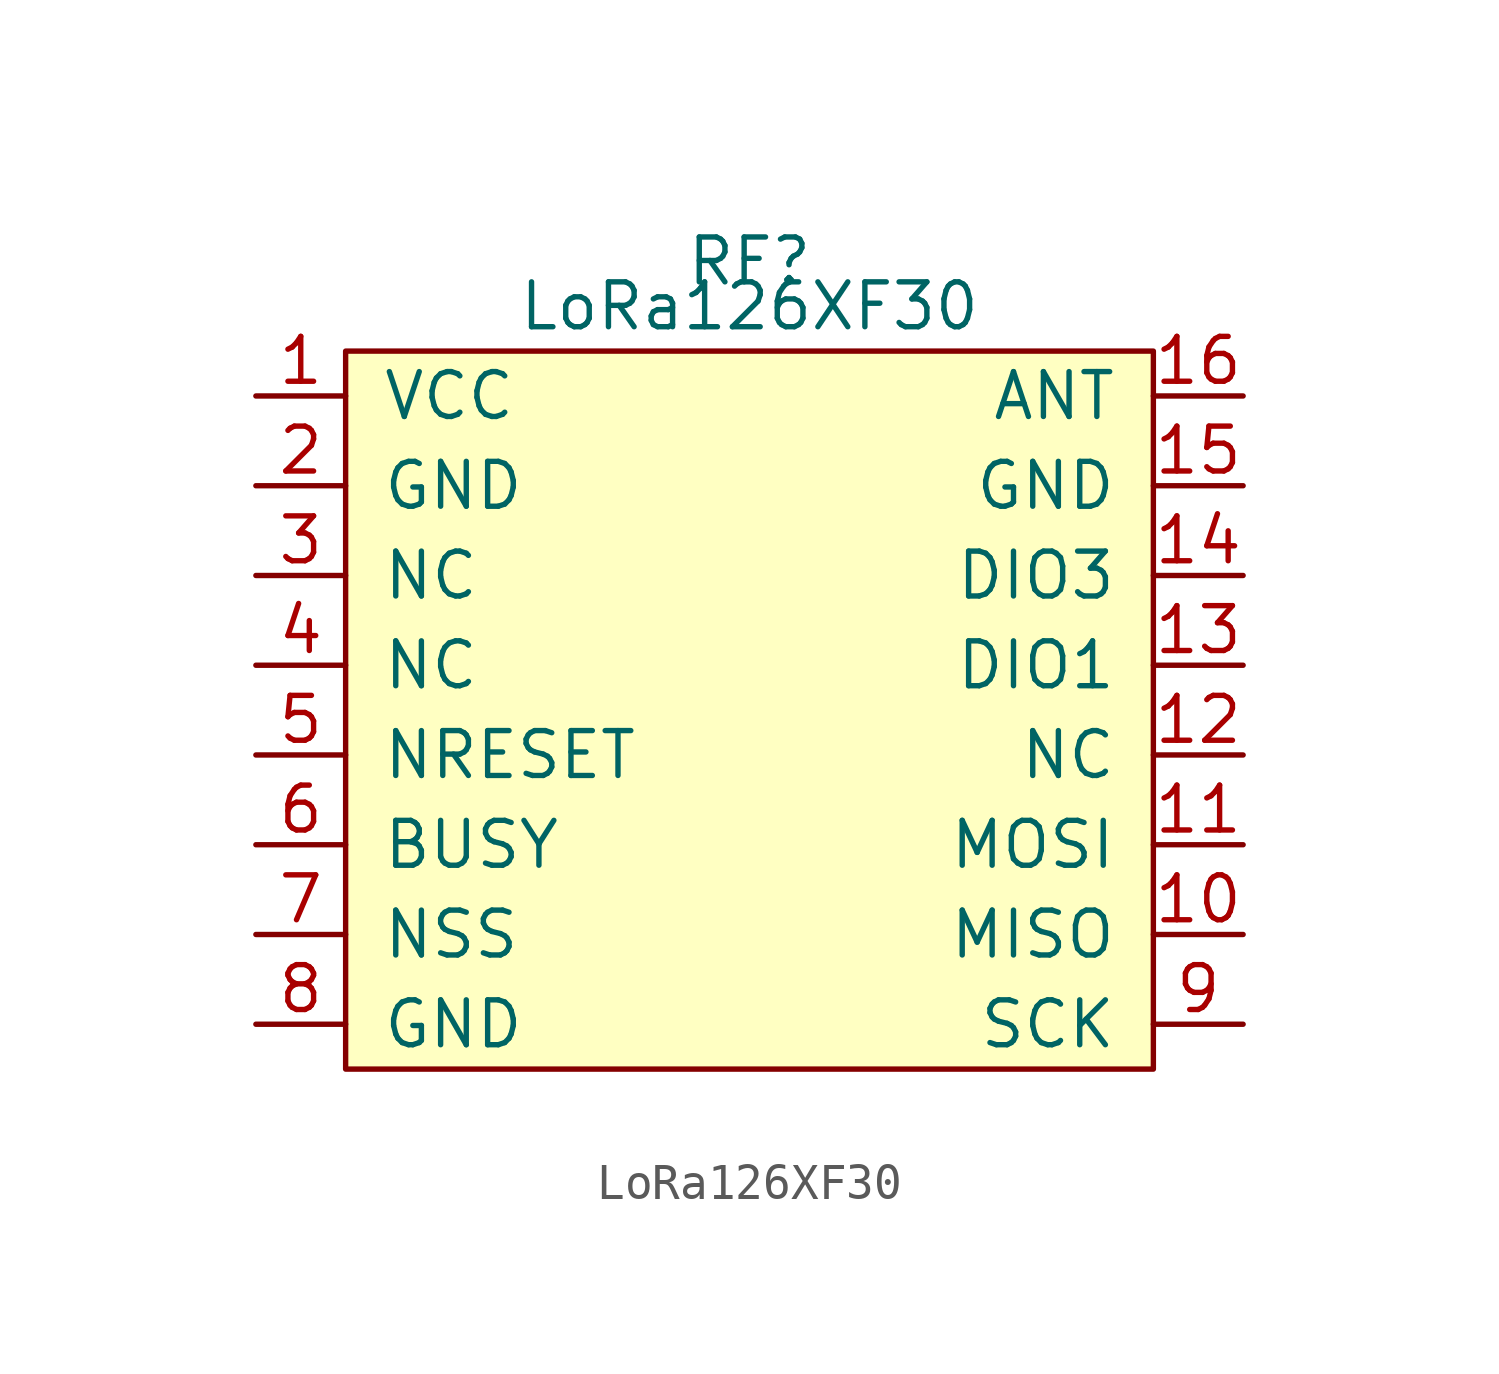
<source format=kicad_sym>
(kicad_symbol_lib
  (version 20211014)
  (generator kicad_symbol_editor)
  (symbol "LoRa126XF30"
    (pin_names
      (offset 1.016))
    (property "Reference" "RF"
      (at 0 12.7 0)
      (effects (font (size 1.27 1.27))))
    (property "Value" "LoRa126XF30"
      (at 0 11.43 0)
      (effects (font (size 1.27 1.27))))
    (symbol "LoRa126XF30_0_1"
      (rectangle (start -11.43 10.16) (end 11.43 -10.16) (stroke (width 0) (type default) (color 0 0 0 0)) (fill (type background))))
    (symbol "LoRa126XF30_1_1"
      (pin input line (at -13.97 8.89 0) (length 2.54) (name "VCC" (effects (font (size 1.27 1.27)))) (number "1" (effects (font (size 1.27 1.27)))))
      (pin input line (at 13.97 -6.35 180) (length 2.54) (name "MISO" (effects (font (size 1.27 1.27)))) (number "10" (effects (font (size 1.27 1.27)))))
      (pin input line (at 13.97 -3.81 180) (length 2.54) (name "MOSI" (effects (font (size 1.27 1.27)))) (number "11" (effects (font (size 1.27 1.27)))))
      (pin input line (at 13.97 -1.27 180) (length 2.54) (name "NC" (effects (font (size 1.27 1.27)))) (number "12" (effects (font (size 1.27 1.27)))))
      (pin input line (at 13.97 1.27 180) (length 2.54) (name "DIO1" (effects (font (size 1.27 1.27)))) (number "13" (effects (font (size 1.27 1.27)))))
      (pin input line (at 13.97 3.81 180) (length 2.54) (name "DIO3" (effects (font (size 1.27 1.27)))) (number "14" (effects (font (size 1.27 1.27)))))
      (pin input line (at 13.97 6.35 180) (length 2.54) (name "GND" (effects (font (size 1.27 1.27)))) (number "15" (effects (font (size 1.27 1.27)))))
      (pin input line (at 13.97 8.89 180) (length 2.54) (name "ANT" (effects (font (size 1.27 1.27)))) (number "16" (effects (font (size 1.27 1.27)))))
      (pin input line (at -13.97 6.35 0) (length 2.54) (name "GND" (effects (font (size 1.27 1.27)))) (number "2" (effects (font (size 1.27 1.27)))))
      (pin input line (at -13.97 3.81 0) (length 2.54) (name "NC" (effects (font (size 1.27 1.27)))) (number "3" (effects (font (size 1.27 1.27)))))
      (pin input line (at -13.97 1.27 0) (length 2.54) (name "NC" (effects (font (size 1.27 1.27)))) (number "4" (effects (font (size 1.27 1.27)))))
      (pin input line (at -13.97 -1.27 0) (length 2.54) (name "NRESET" (effects (font (size 1.27 1.27)))) (number "5" (effects (font (size 1.27 1.27)))))
      (pin input line (at -13.97 -3.81 0) (length 2.54) (name "BUSY" (effects (font (size 1.27 1.27)))) (number "6" (effects (font (size 1.27 1.27)))))
      (pin input line (at -13.97 -6.35 0) (length 2.54) (name "NSS" (effects (font (size 1.27 1.27)))) (number "7" (effects (font (size 1.27 1.27)))))
      (pin input line (at -13.97 -8.89 0) (length 2.54) (name "GND" (effects (font (size 1.27 1.27)))) (number "8" (effects (font (size 1.27 1.27)))))
      (pin input line (at 13.97 -8.89 180) (length 2.54) (name "SCK" (effects (font (size 1.27 1.27)))) (number "9" (effects (font (size 1.27 1.27))))))))
</source>
